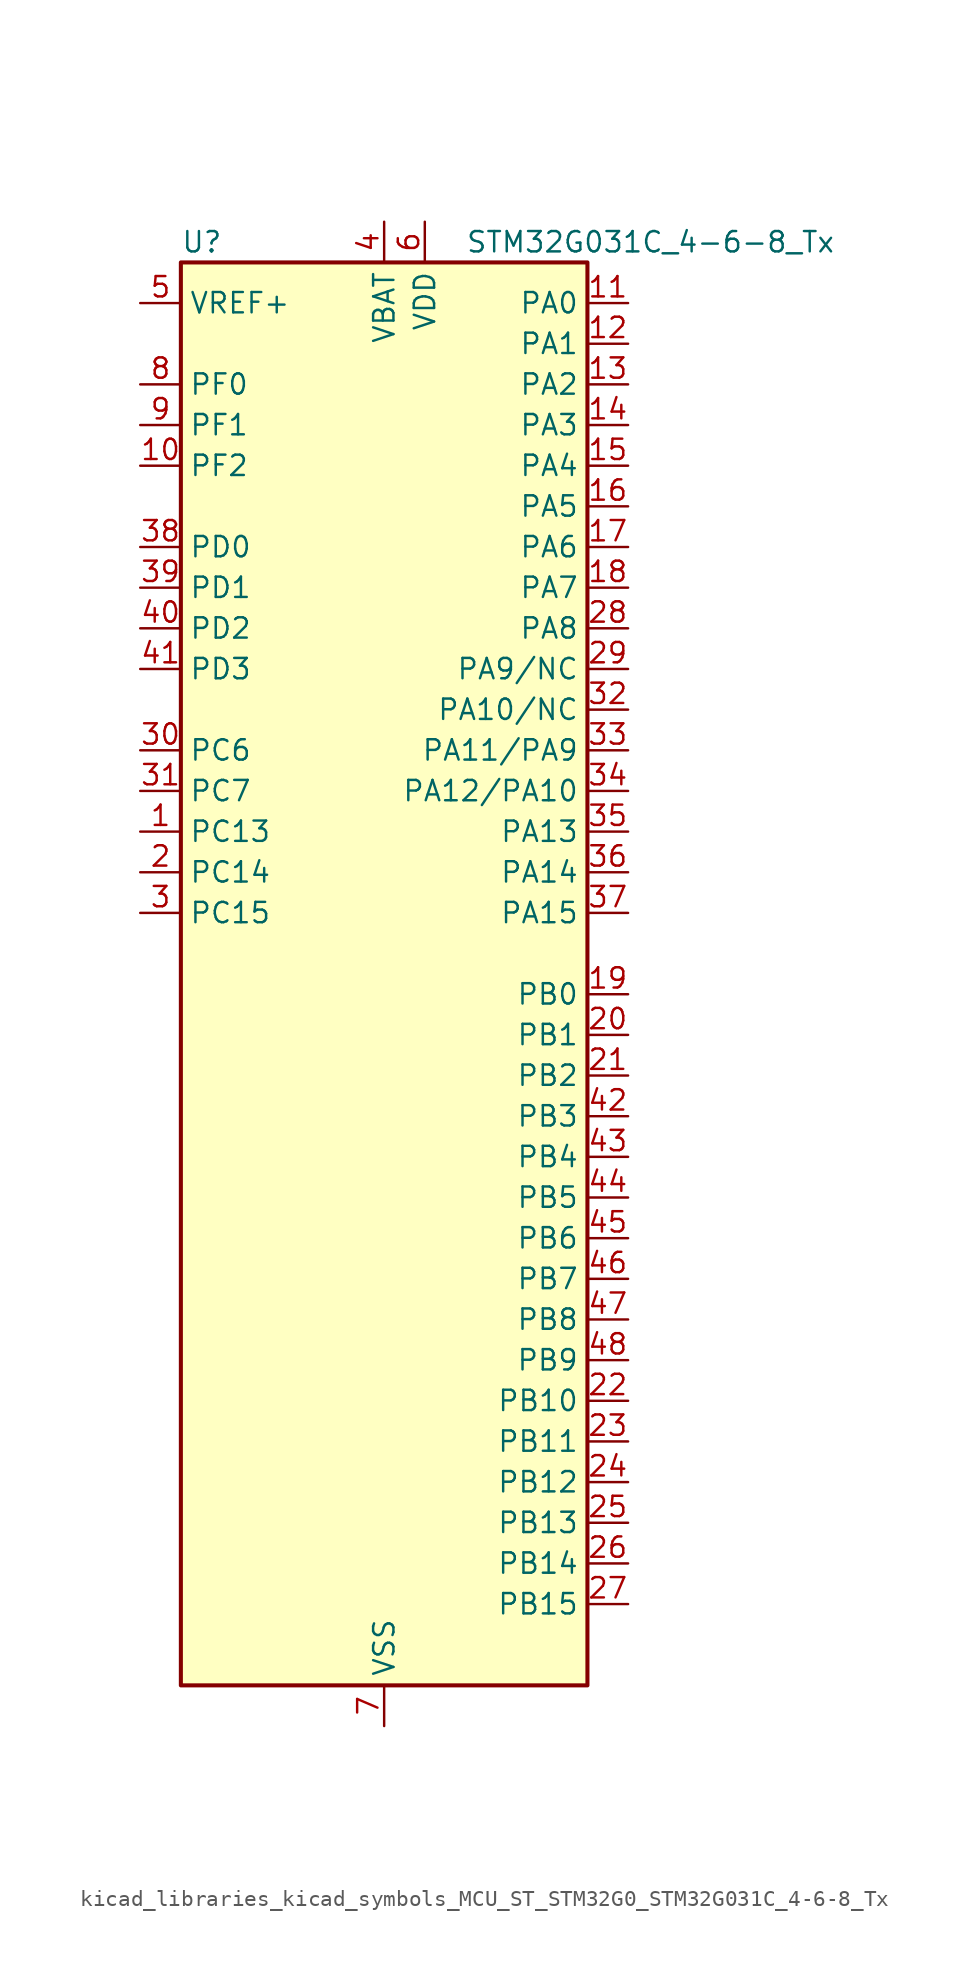
<source format=kicad_sym>
(kicad_symbol_lib
  (version 20220914)
  (generator kicad_symbol_editor)
  (symbol "kicad_libraries_kicad_symbols_MCU_ST_STM32G0_STM32G031C_4-6-8_Tx"
    (property "Reference" "U"
      (at -12.7 46.99 0)
      (effects (font (size 1.27 1.27)) (justify left)))
    (property "Value" "STM32G031C_4-6-8_Tx"
      (at 5.08 46.99 0)
      (effects (font (size 1.27 1.27)) (justify left)))
    (property "ki_locked" ""
      (at 0 0 0)
      (effects (font (size 1.27 1.27))))
    (symbol "kicad_libraries_kicad_symbols_MCU_ST_STM32G0_STM32G031C_4-6-8_Tx_0_1"
      (rectangle (start -12.7 -43.18) (end 12.7 45.72) (stroke (width 0.254) (type default)) (fill (type background))))
    (symbol "kicad_libraries_kicad_symbols_MCU_ST_STM32G0_STM32G031C_4-6-8_Tx_1_1"
      (pin bidirectional line (at -15.24 10.16 0) (length 2.54) (name "PC13" (effects (font (size 1.27 1.27)))) (number "1" (effects (font (size 1.27 1.27)))) (alternate "RTC_OUT_ALARM" bidirectional line) (alternate "RTC_OUT_CALIB" bidirectional line) (alternate "RTC_TAMP_IN1" bidirectional line) (alternate "RTC_TS" bidirectional line) (alternate "SYS_WKUP2" bidirectional line) (alternate "TIM1_BK" bidirectional line))
      (pin bidirectional line (at -15.24 33.02 0) (length 2.54) (name "PF2" (effects (font (size 1.27 1.27)))) (number "10" (effects (font (size 1.27 1.27)))) (alternate "RCC_MCO" bidirectional line))
      (pin bidirectional line (at 15.24 43.18 180) (length 2.54) (name "PA0" (effects (font (size 1.27 1.27)))) (number "11" (effects (font (size 1.27 1.27)))) (alternate "ADC1_IN0" bidirectional line) (alternate "LPTIM1_OUT" bidirectional line) (alternate "RTC_TAMP_IN2" bidirectional line) (alternate "SPI2_SCK" bidirectional line) (alternate "SYS_WKUP1" bidirectional line) (alternate "TIM2_CH1" bidirectional line) (alternate "TIM2_ETR" bidirectional line) (alternate "USART2_CTS" bidirectional line) (alternate "USART2_NSS" bidirectional line))
      (pin bidirectional line (at 15.24 40.64 180) (length 2.54) (name "PA1" (effects (font (size 1.27 1.27)))) (number "12" (effects (font (size 1.27 1.27)))) (alternate "ADC1_IN1" bidirectional line) (alternate "I2C1_SMBA" bidirectional line) (alternate "I2S1_CK" bidirectional line) (alternate "SPI1_SCK" bidirectional line) (alternate "TIM2_CH2" bidirectional line) (alternate "USART2_CK" bidirectional line) (alternate "USART2_DE" bidirectional line) (alternate "USART2_RTS" bidirectional line))
      (pin bidirectional line (at 15.24 38.1 180) (length 2.54) (name "PA2" (effects (font (size 1.27 1.27)))) (number "13" (effects (font (size 1.27 1.27)))) (alternate "ADC1_IN2" bidirectional line) (alternate "I2S1_SD" bidirectional line) (alternate "LPUART1_TX" bidirectional line) (alternate "RCC_LSCO" bidirectional line) (alternate "SPI1_MOSI" bidirectional line) (alternate "SYS_WKUP4" bidirectional line) (alternate "TIM2_CH3" bidirectional line) (alternate "USART2_TX" bidirectional line))
      (pin bidirectional line (at 15.24 35.56 180) (length 2.54) (name "PA3" (effects (font (size 1.27 1.27)))) (number "14" (effects (font (size 1.27 1.27)))) (alternate "ADC1_IN3" bidirectional line) (alternate "LPUART1_RX" bidirectional line) (alternate "SPI2_MISO" bidirectional line) (alternate "TIM2_CH4" bidirectional line) (alternate "USART2_RX" bidirectional line))
      (pin bidirectional line (at 15.24 33.02 180) (length 2.54) (name "PA4" (effects (font (size 1.27 1.27)))) (number "15" (effects (font (size 1.27 1.27)))) (alternate "ADC1_IN4" bidirectional line) (alternate "I2S1_WS" bidirectional line) (alternate "LPTIM2_OUT" bidirectional line) (alternate "RTC_OUT_ALARM" bidirectional line) (alternate "RTC_OUT_CALIB" bidirectional line) (alternate "SPI1_NSS" bidirectional line) (alternate "SPI2_MOSI" bidirectional line) (alternate "TIM14_CH1" bidirectional line))
      (pin bidirectional line (at 15.24 30.48 180) (length 2.54) (name "PA5" (effects (font (size 1.27 1.27)))) (number "16" (effects (font (size 1.27 1.27)))) (alternate "ADC1_IN5" bidirectional line) (alternate "I2S1_CK" bidirectional line) (alternate "LPTIM2_ETR" bidirectional line) (alternate "SPI1_SCK" bidirectional line) (alternate "TIM2_CH1" bidirectional line) (alternate "TIM2_ETR" bidirectional line))
      (pin bidirectional line (at 15.24 27.94 180) (length 2.54) (name "PA6" (effects (font (size 1.27 1.27)))) (number "17" (effects (font (size 1.27 1.27)))) (alternate "ADC1_IN6" bidirectional line) (alternate "I2S1_MCK" bidirectional line) (alternate "LPUART1_CTS" bidirectional line) (alternate "SPI1_MISO" bidirectional line) (alternate "TIM16_CH1" bidirectional line) (alternate "TIM1_BK" bidirectional line) (alternate "TIM3_CH1" bidirectional line))
      (pin bidirectional line (at 15.24 25.4 180) (length 2.54) (name "PA7" (effects (font (size 1.27 1.27)))) (number "18" (effects (font (size 1.27 1.27)))) (alternate "ADC1_IN7" bidirectional line) (alternate "I2S1_SD" bidirectional line) (alternate "SPI1_MOSI" bidirectional line) (alternate "TIM14_CH1" bidirectional line) (alternate "TIM17_CH1" bidirectional line) (alternate "TIM1_CH1N" bidirectional line) (alternate "TIM3_CH2" bidirectional line))
      (pin bidirectional line (at 15.24 0 180) (length 2.54) (name "PB0" (effects (font (size 1.27 1.27)))) (number "19" (effects (font (size 1.27 1.27)))) (alternate "ADC1_IN8" bidirectional line) (alternate "I2S1_WS" bidirectional line) (alternate "LPTIM1_OUT" bidirectional line) (alternate "SPI1_NSS" bidirectional line) (alternate "TIM1_CH2N" bidirectional line) (alternate "TIM3_CH3" bidirectional line))
      (pin bidirectional line (at -15.24 7.62 0) (length 2.54) (name "PC14" (effects (font (size 1.27 1.27)))) (number "2" (effects (font (size 1.27 1.27)))) (alternate "RCC_OSC32_IN" bidirectional line) (alternate "TIM1_BK2" bidirectional line))
      (pin bidirectional line (at 15.24 -2.54 180) (length 2.54) (name "PB1" (effects (font (size 1.27 1.27)))) (number "20" (effects (font (size 1.27 1.27)))) (alternate "ADC1_IN9" bidirectional line) (alternate "LPTIM2_IN1" bidirectional line) (alternate "LPUART1_DE" bidirectional line) (alternate "LPUART1_RTS" bidirectional line) (alternate "TIM14_CH1" bidirectional line) (alternate "TIM1_CH3N" bidirectional line) (alternate "TIM3_CH4" bidirectional line))
      (pin bidirectional line (at 15.24 -5.08 180) (length 2.54) (name "PB2" (effects (font (size 1.27 1.27)))) (number "21" (effects (font (size 1.27 1.27)))) (alternate "ADC1_IN10" bidirectional line) (alternate "LPTIM1_OUT" bidirectional line) (alternate "SPI2_MISO" bidirectional line))
      (pin bidirectional line (at 15.24 -25.4 180) (length 2.54) (name "PB10" (effects (font (size 1.27 1.27)))) (number "22" (effects (font (size 1.27 1.27)))) (alternate "ADC1_IN11" bidirectional line) (alternate "I2C2_SCL" bidirectional line) (alternate "LPUART1_RX" bidirectional line) (alternate "SPI2_SCK" bidirectional line) (alternate "TIM2_CH3" bidirectional line))
      (pin bidirectional line (at 15.24 -27.94 180) (length 2.54) (name "PB11" (effects (font (size 1.27 1.27)))) (number "23" (effects (font (size 1.27 1.27)))) (alternate "ADC1_EXTI11" bidirectional line) (alternate "ADC1_IN15" bidirectional line) (alternate "I2C2_SDA" bidirectional line) (alternate "LPUART1_TX" bidirectional line) (alternate "SPI2_MOSI" bidirectional line) (alternate "TIM2_CH4" bidirectional line))
      (pin bidirectional line (at 15.24 -30.48 180) (length 2.54) (name "PB12" (effects (font (size 1.27 1.27)))) (number "24" (effects (font (size 1.27 1.27)))) (alternate "ADC1_IN16" bidirectional line) (alternate "LPUART1_DE" bidirectional line) (alternate "LPUART1_RTS" bidirectional line) (alternate "SPI2_NSS" bidirectional line) (alternate "TIM1_BK" bidirectional line))
      (pin bidirectional line (at 15.24 -33.02 180) (length 2.54) (name "PB13" (effects (font (size 1.27 1.27)))) (number "25" (effects (font (size 1.27 1.27)))) (alternate "I2C2_SCL" bidirectional line) (alternate "LPUART1_CTS" bidirectional line) (alternate "SPI2_SCK" bidirectional line) (alternate "TIM1_CH1N" bidirectional line))
      (pin bidirectional line (at 15.24 -35.56 180) (length 2.54) (name "PB14" (effects (font (size 1.27 1.27)))) (number "26" (effects (font (size 1.27 1.27)))) (alternate "I2C2_SDA" bidirectional line) (alternate "SPI2_MISO" bidirectional line) (alternate "TIM1_CH2N" bidirectional line))
      (pin bidirectional line (at 15.24 -38.1 180) (length 2.54) (name "PB15" (effects (font (size 1.27 1.27)))) (number "27" (effects (font (size 1.27 1.27)))) (alternate "RTC_REFIN" bidirectional line) (alternate "SPI2_MOSI" bidirectional line) (alternate "TIM1_CH3N" bidirectional line))
      (pin bidirectional line (at 15.24 22.86 180) (length 2.54) (name "PA8" (effects (font (size 1.27 1.27)))) (number "28" (effects (font (size 1.27 1.27)))) (alternate "LPTIM2_OUT" bidirectional line) (alternate "RCC_MCO" bidirectional line) (alternate "SPI2_NSS" bidirectional line) (alternate "TIM1_CH1" bidirectional line))
      (pin bidirectional line (at 15.24 20.32 180) (length 2.54) (name "PA9/NC" (effects (font (size 1.27 1.27)))) (number "29" (effects (font (size 1.27 1.27)))) (alternate "I2C1_SCL" bidirectional line) (alternate "RCC_MCO" bidirectional line) (alternate "SPI2_MISO" bidirectional line) (alternate "TIM1_CH2" bidirectional line) (alternate "USART1_TX" bidirectional line))
      (pin bidirectional line (at -15.24 5.08 0) (length 2.54) (name "PC15" (effects (font (size 1.27 1.27)))) (number "3" (effects (font (size 1.27 1.27)))) (alternate "RCC_OSC32_EN" bidirectional line) (alternate "RCC_OSC32_OUT" bidirectional line) (alternate "RCC_OSC_EN" bidirectional line))
      (pin bidirectional line (at -15.24 15.24 0) (length 2.54) (name "PC6" (effects (font (size 1.27 1.27)))) (number "30" (effects (font (size 1.27 1.27)))) (alternate "TIM2_CH3" bidirectional line) (alternate "TIM3_CH1" bidirectional line))
      (pin bidirectional line (at -15.24 12.7 0) (length 2.54) (name "PC7" (effects (font (size 1.27 1.27)))) (number "31" (effects (font (size 1.27 1.27)))) (alternate "TIM2_CH4" bidirectional line) (alternate "TIM3_CH2" bidirectional line))
      (pin bidirectional line (at 15.24 17.78 180) (length 2.54) (name "PA10/NC" (effects (font (size 1.27 1.27)))) (number "32" (effects (font (size 1.27 1.27)))) (alternate "I2C1_SDA" bidirectional line) (alternate "SPI2_MOSI" bidirectional line) (alternate "TIM17_BK" bidirectional line) (alternate "TIM1_CH3" bidirectional line) (alternate "USART1_RX" bidirectional line))
      (pin bidirectional line (at 15.24 15.24 180) (length 2.54) (name "PA11/PA9" (effects (font (size 1.27 1.27)))) (number "33" (effects (font (size 1.27 1.27)))) (alternate "ADC1_EXTI11" bidirectional line) (alternate "I2C2_SCL" bidirectional line) (alternate "I2S1_MCK" bidirectional line) (alternate "SPI1_MISO" bidirectional line) (alternate "TIM1_BK2" bidirectional line) (alternate "TIM1_CH4" bidirectional line) (alternate "USART1_CTS" bidirectional line) (alternate "USART1_NSS" bidirectional line))
      (pin bidirectional line (at 15.24 12.7 180) (length 2.54) (name "PA12/PA10" (effects (font (size 1.27 1.27)))) (number "34" (effects (font (size 1.27 1.27)))) (alternate "I2C2_SDA" bidirectional line) (alternate "I2S1_SD" bidirectional line) (alternate "I2S_CKIN" bidirectional line) (alternate "SPI1_MOSI" bidirectional line) (alternate "TIM1_ETR" bidirectional line) (alternate "USART1_CK" bidirectional line) (alternate "USART1_DE" bidirectional line) (alternate "USART1_RTS" bidirectional line))
      (pin bidirectional line (at 15.24 10.16 180) (length 2.54) (name "PA13" (effects (font (size 1.27 1.27)))) (number "35" (effects (font (size 1.27 1.27)))) (alternate "ADC1_IN17" bidirectional line) (alternate "IR_OUT" bidirectional line) (alternate "SYS_SWDIO" bidirectional line))
      (pin bidirectional line (at 15.24 7.62 180) (length 2.54) (name "PA14" (effects (font (size 1.27 1.27)))) (number "36" (effects (font (size 1.27 1.27)))) (alternate "ADC1_IN18" bidirectional line) (alternate "SYS_SWCLK" bidirectional line) (alternate "USART2_TX" bidirectional line))
      (pin bidirectional line (at 15.24 5.08 180) (length 2.54) (name "PA15" (effects (font (size 1.27 1.27)))) (number "37" (effects (font (size 1.27 1.27)))) (alternate "I2S1_WS" bidirectional line) (alternate "SPI1_NSS" bidirectional line) (alternate "TIM2_CH1" bidirectional line) (alternate "TIM2_ETR" bidirectional line) (alternate "USART2_RX" bidirectional line))
      (pin bidirectional line (at -15.24 27.94 0) (length 2.54) (name "PD0" (effects (font (size 1.27 1.27)))) (number "38" (effects (font (size 1.27 1.27)))) (alternate "SPI2_NSS" bidirectional line) (alternate "TIM16_CH1" bidirectional line))
      (pin bidirectional line (at -15.24 25.4 0) (length 2.54) (name "PD1" (effects (font (size 1.27 1.27)))) (number "39" (effects (font (size 1.27 1.27)))) (alternate "SPI2_SCK" bidirectional line) (alternate "TIM17_CH1" bidirectional line))
      (pin power_in line (at 0 48.26 270) (length 2.54) (name "VBAT" (effects (font (size 1.27 1.27)))) (number "4" (effects (font (size 1.27 1.27)))))
      (pin bidirectional line (at -15.24 22.86 0) (length 2.54) (name "PD2" (effects (font (size 1.27 1.27)))) (number "40" (effects (font (size 1.27 1.27)))) (alternate "TIM1_CH1N" bidirectional line) (alternate "TIM3_ETR" bidirectional line))
      (pin bidirectional line (at -15.24 20.32 0) (length 2.54) (name "PD3" (effects (font (size 1.27 1.27)))) (number "41" (effects (font (size 1.27 1.27)))) (alternate "SPI2_MISO" bidirectional line) (alternate "TIM1_CH2N" bidirectional line) (alternate "USART2_CTS" bidirectional line) (alternate "USART2_NSS" bidirectional line))
      (pin bidirectional line (at 15.24 -7.62 180) (length 2.54) (name "PB3" (effects (font (size 1.27 1.27)))) (number "42" (effects (font (size 1.27 1.27)))) (alternate "I2S1_CK" bidirectional line) (alternate "SPI1_SCK" bidirectional line) (alternate "TIM1_CH2" bidirectional line) (alternate "TIM2_CH2" bidirectional line) (alternate "USART1_CK" bidirectional line) (alternate "USART1_DE" bidirectional line) (alternate "USART1_RTS" bidirectional line))
      (pin bidirectional line (at 15.24 -10.16 180) (length 2.54) (name "PB4" (effects (font (size 1.27 1.27)))) (number "43" (effects (font (size 1.27 1.27)))) (alternate "I2S1_MCK" bidirectional line) (alternate "SPI1_MISO" bidirectional line) (alternate "TIM17_BK" bidirectional line) (alternate "TIM3_CH1" bidirectional line) (alternate "USART1_CTS" bidirectional line) (alternate "USART1_NSS" bidirectional line))
      (pin bidirectional line (at 15.24 -12.7 180) (length 2.54) (name "PB5" (effects (font (size 1.27 1.27)))) (number "44" (effects (font (size 1.27 1.27)))) (alternate "I2C1_SMBA" bidirectional line) (alternate "I2S1_SD" bidirectional line) (alternate "LPTIM1_IN1" bidirectional line) (alternate "SPI1_MOSI" bidirectional line) (alternate "SYS_WKUP6" bidirectional line) (alternate "TIM16_BK" bidirectional line) (alternate "TIM3_CH2" bidirectional line))
      (pin bidirectional line (at 15.24 -15.24 180) (length 2.54) (name "PB6" (effects (font (size 1.27 1.27)))) (number "45" (effects (font (size 1.27 1.27)))) (alternate "I2C1_SCL" bidirectional line) (alternate "LPTIM1_ETR" bidirectional line) (alternate "SPI2_MISO" bidirectional line) (alternate "TIM16_CH1N" bidirectional line) (alternate "TIM1_CH3" bidirectional line) (alternate "USART1_TX" bidirectional line))
      (pin bidirectional line (at 15.24 -17.78 180) (length 2.54) (name "PB7" (effects (font (size 1.27 1.27)))) (number "46" (effects (font (size 1.27 1.27)))) (alternate "I2C1_SDA" bidirectional line) (alternate "LPTIM1_IN2" bidirectional line) (alternate "SPI2_MOSI" bidirectional line) (alternate "SYS_PVD_IN" bidirectional line) (alternate "TIM17_CH1N" bidirectional line) (alternate "USART1_RX" bidirectional line))
      (pin bidirectional line (at 15.24 -20.32 180) (length 2.54) (name "PB8" (effects (font (size 1.27 1.27)))) (number "47" (effects (font (size 1.27 1.27)))) (alternate "I2C1_SCL" bidirectional line) (alternate "SPI2_SCK" bidirectional line) (alternate "TIM16_CH1" bidirectional line))
      (pin bidirectional line (at 15.24 -22.86 180) (length 2.54) (name "PB9" (effects (font (size 1.27 1.27)))) (number "48" (effects (font (size 1.27 1.27)))) (alternate "I2C1_SDA" bidirectional line) (alternate "IR_OUT" bidirectional line) (alternate "SPI2_NSS" bidirectional line) (alternate "TIM17_CH1" bidirectional line))
      (pin input line (at -15.24 43.18 0) (length 2.54) (name "VREF+" (effects (font (size 1.27 1.27)))) (number "5" (effects (font (size 1.27 1.27)))) (alternate "VREFBUF_OUT" bidirectional line))
      (pin power_in line (at 2.54 48.26 270) (length 2.54) (name "VDD" (effects (font (size 1.27 1.27)))) (number "6" (effects (font (size 1.27 1.27)))))
      (pin power_in line (at 0 -45.72 90) (length 2.54) (name "VSS" (effects (font (size 1.27 1.27)))) (number "7" (effects (font (size 1.27 1.27)))))
      (pin bidirectional line (at -15.24 38.1 0) (length 2.54) (name "PF0" (effects (font (size 1.27 1.27)))) (number "8" (effects (font (size 1.27 1.27)))) (alternate "RCC_OSC_IN" bidirectional line) (alternate "TIM14_CH1" bidirectional line))
      (pin bidirectional line (at -15.24 35.56 0) (length 2.54) (name "PF1" (effects (font (size 1.27 1.27)))) (number "9" (effects (font (size 1.27 1.27)))) (alternate "RCC_OSC_EN" bidirectional line) (alternate "RCC_OSC_OUT" bidirectional line)))))
</source>
